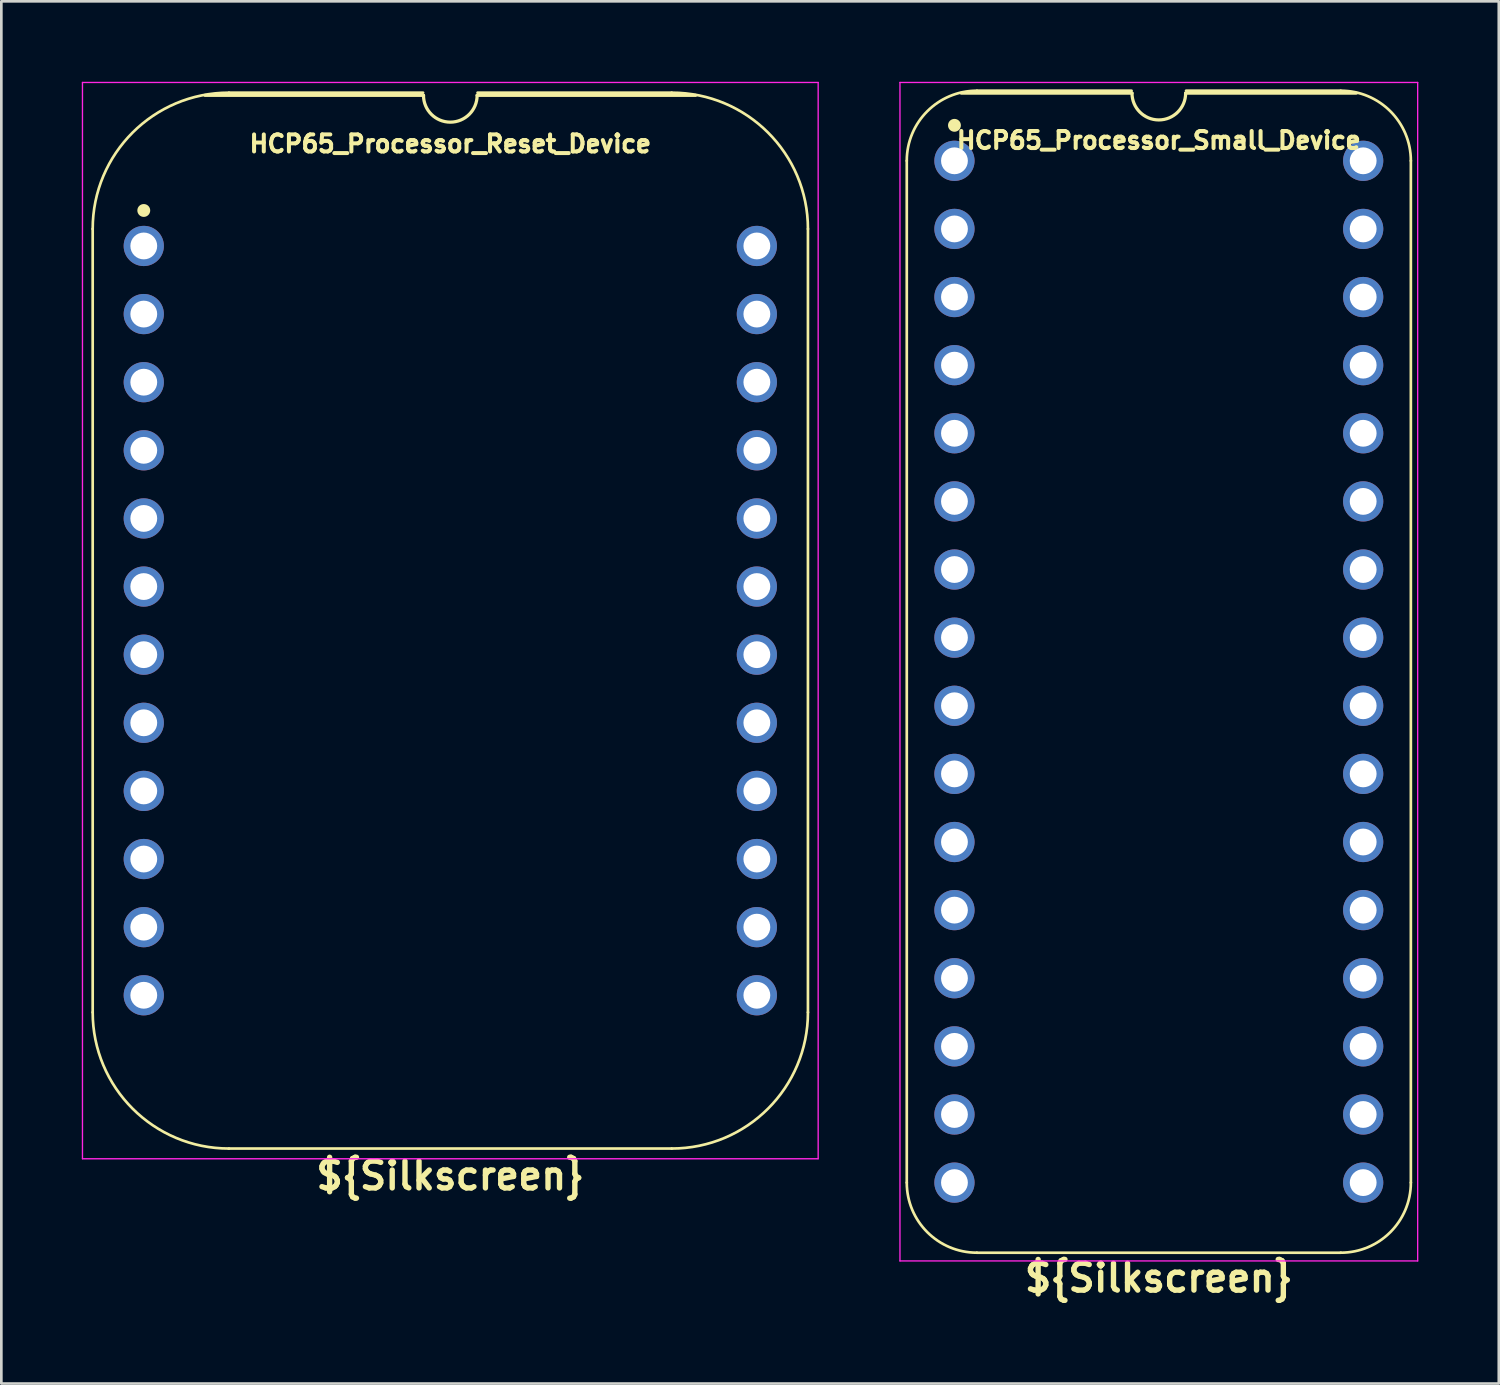
<source format=kicad_pcb>
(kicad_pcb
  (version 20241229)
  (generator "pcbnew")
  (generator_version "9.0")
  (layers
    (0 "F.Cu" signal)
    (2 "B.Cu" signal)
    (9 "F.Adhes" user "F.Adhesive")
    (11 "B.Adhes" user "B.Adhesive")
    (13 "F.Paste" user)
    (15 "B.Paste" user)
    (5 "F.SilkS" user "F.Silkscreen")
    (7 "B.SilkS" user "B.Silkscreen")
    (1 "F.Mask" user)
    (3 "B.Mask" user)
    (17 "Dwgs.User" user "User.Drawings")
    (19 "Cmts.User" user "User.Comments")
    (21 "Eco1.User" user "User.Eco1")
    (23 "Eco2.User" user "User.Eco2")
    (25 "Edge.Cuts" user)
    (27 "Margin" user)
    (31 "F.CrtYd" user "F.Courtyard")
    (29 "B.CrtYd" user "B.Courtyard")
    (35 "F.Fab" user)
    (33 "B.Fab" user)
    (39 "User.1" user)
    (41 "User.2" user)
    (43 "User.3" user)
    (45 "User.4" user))
  (footprint "HCP65_Processor_Reset_Device"
    (layer "F.Cu")
    (at 2.311 6.121)
    (property "Reference" "HCP65_Processor_Reset_Device" (at 11.43 -3.81 0) (layer "F.SilkS") (effects (font (size 0.635 0.635) (thickness 0.15))))
    (property "Silkscreen" "${Silkscreen}" (at 11.43 34.671 0) (layer "F.SilkS") (effects (font (size 1 1) (thickness 0.2))))
    (attr through_hole)
    (fp_line (start -1.905 -0.635) (end -1.905 28.575) (stroke (width 0.1) (type solid)) (layer "F.SilkS"))
    (fp_line (start 10.414 -5.715) (end 3.175 -5.715) (stroke (width 0.1) (type solid)) (layer "F.SilkS"))
    (fp_line (start 10.43 -5.616) (end 2.286 -5.616) (stroke (width 0.12) (type solid)) (layer "F.SilkS"))
    (fp_line (start 19.685 -5.715) (end 12.446 -5.715) (stroke (width 0.1) (type solid)) (layer "F.SilkS"))
    (fp_line (start 19.685 33.655) (end 3.175 33.655) (stroke (width 0.1) (type solid)) (layer "F.SilkS"))
    (fp_line (start 20.574 -5.616) (end 12.43 -5.616) (stroke (width 0.12) (type solid)) (layer "F.SilkS"))
    (fp_line (start 24.765 28.575) (end 24.765 -0.635) (stroke (width 0.1) (type solid)) (layer "F.SilkS"))
    (fp_arc (start -1.905 -0.635) (mid -0.417102 -4.227102) (end 3.175 -5.715) (stroke (width 0.1) (type solid)) (layer "F.SilkS"))
    (fp_arc (start 3.175 33.655) (mid -0.417102 32.167102) (end -1.905 28.575) (stroke (width 0.1) (type solid)) (layer "F.SilkS"))
    (fp_arc (start 12.43 -5.616) (mid 11.43 -4.616) (end 10.43 -5.616) (stroke (width 0.12) (type solid)) (layer "F.SilkS"))
    (fp_arc (start 19.685 -5.715) (mid 23.277102 -4.227102) (end 24.765 -0.635) (stroke (width 0.1) (type solid)) (layer "F.SilkS"))
    (fp_arc (start 24.765 28.575) (mid 23.277102 32.167102) (end 19.685 33.655) (stroke (width 0.1) (type solid)) (layer "F.SilkS"))
    (fp_circle (center 0 -1.323) (end 0.18 -1.323) (stroke (width 0.12) (type solid)) (fill yes) (layer "F.SilkS"))
    (fp_line (start -2.286 -6.096) (end -2.286 34.036) (stroke (width 0.05) (type solid)) (layer "F.CrtYd"))
    (fp_line (start -2.286 -6.096) (end 25.146 -6.096) (stroke (width 0.05) (type solid)) (layer "F.CrtYd"))
    (fp_line (start -2.286 34.036) (end 25.146 34.036) (stroke (width 0.05) (type solid)) (layer "F.CrtYd"))
    (fp_line (start 25.146 34.036) (end 25.146 -6.096) (stroke (width 0.05) (type solid)) (layer "F.CrtYd"))
    (pad "1" thru_hole circle (at 0 0) (size 1.5 1.5) (drill 1) (layers "*.Cu" "*.Mask"))
    (pad "2" thru_hole circle (at 0 2.54) (size 1.5 1.5) (drill 1) (layers "*.Cu" "*.Mask"))
    (pad "3" thru_hole circle (at 0 5.08) (size 1.5 1.5) (drill 1) (layers "*.Cu" "*.Mask"))
    (pad "4" thru_hole circle (at 0 7.62) (size 1.5 1.5) (drill 1) (layers "*.Cu" "*.Mask"))
    (pad "5" thru_hole circle (at 0 10.16) (size 1.5 1.5) (drill 1) (layers "*.Cu" "*.Mask"))
    (pad "6" thru_hole circle (at 0 12.7) (size 1.5 1.5) (drill 1) (layers "*.Cu" "*.Mask"))
    (pad "7" thru_hole circle (at 0 15.24) (size 1.5 1.5) (drill 1) (layers "*.Cu" "*.Mask"))
    (pad "8" thru_hole circle (at 0 17.78) (size 1.5 1.5) (drill 1) (layers "*.Cu" "*.Mask"))
    (pad "9" thru_hole circle (at 0 20.32) (size 1.5 1.5) (drill 1) (layers "*.Cu" "*.Mask"))
    (pad "10" thru_hole circle (at 0 22.86) (size 1.5 1.5) (drill 1) (layers "*.Cu" "*.Mask"))
    (pad "11" thru_hole circle (at 0 25.4) (size 1.5 1.5) (drill 1) (layers "*.Cu" "*.Mask"))
    (pad "12" thru_hole circle (at 0 27.94) (size 1.5 1.5) (drill 1) (layers "*.Cu" "*.Mask"))
    (pad "13" thru_hole circle (at 22.86 27.94) (size 1.5 1.5) (drill 1) (layers "*.Cu" "*.Mask"))
    (pad "14" thru_hole circle (at 22.86 25.4) (size 1.5 1.5) (drill 1) (layers "*.Cu" "*.Mask"))
    (pad "15" thru_hole circle (at 22.86 22.86) (size 1.5 1.5) (drill 1) (layers "*.Cu" "*.Mask"))
    (pad "16" thru_hole circle (at 22.86 20.32) (size 1.5 1.5) (drill 1) (layers "*.Cu" "*.Mask"))
    (pad "17" thru_hole circle (at 22.86 17.78) (size 1.5 1.5) (drill 1) (layers "*.Cu" "*.Mask"))
    (pad "18" thru_hole circle (at 22.86 15.24) (size 1.5 1.5) (drill 1) (layers "*.Cu" "*.Mask"))
    (pad "19" thru_hole circle (at 22.86 12.7) (size 1.5 1.5) (drill 1) (layers "*.Cu" "*.Mask"))
    (pad "20" thru_hole circle (at 22.86 10.16) (size 1.5 1.5) (drill 1) (layers "*.Cu" "*.Mask"))
    (pad "21" thru_hole circle (at 22.86 7.62) (size 1.5 1.5) (drill 1) (layers "*.Cu" "*.Mask"))
    (pad "22" thru_hole circle (at 22.86 5.08) (size 1.5 1.5) (drill 1) (layers "*.Cu" "*.Mask"))
    (pad "23" thru_hole circle (at 22.86 2.54) (size 1.5 1.5) (drill 1) (layers "*.Cu" "*.Mask"))
    (pad "24" thru_hole circle (at 22.86 0) (size 1.5 1.5) (drill 1) (layers "*.Cu" "*.Mask")))
  (footprint "HCP65_Processor_Small_Device"
    (layer "F.Cu")
    (at 32.539 2.946)
    (property "Reference" "HCP65_Processor_Small_Device" (at 7.62 -0.762 0) (layer "F.SilkS") (effects (font (size 0.635 0.635) (thickness 0.15))))
    (property "Silkscreen" "${Silkscreen}" (at 7.62 41.656 0) (layer "F.SilkS") (effects (font (size 1 1) (thickness 0.2))))
    (attr through_hole)
    (fp_line (start -1.778 38.1) (end -1.778 0) (stroke (width 0.1) (type solid)) (layer "F.SilkS"))
    (fp_line (start 0.836 -2.614) (end 6.604 -2.614) (stroke (width 0.1) (type solid)) (layer "F.SilkS"))
    (fp_line (start 6.62 -2.524) (end 0.254 -2.524) (stroke (width 0.12) (type solid)) (layer "F.SilkS"))
    (fp_line (start 8.636 -2.614) (end 14.404 -2.614) (stroke (width 0.1) (type solid)) (layer "F.SilkS"))
    (fp_line (start 14.404 40.714) (end 0.836 40.714) (stroke (width 0.1) (type solid)) (layer "F.SilkS"))
    (fp_line (start 14.986 -2.524) (end 8.62 -2.524) (stroke (width 0.12) (type solid)) (layer "F.SilkS"))
    (fp_line (start 17.018 38.1) (end 17.018 -0.000001) (stroke (width 0.1) (type solid)) (layer "F.SilkS"))
    (fp_arc (start -1.778 0) (mid -1.012456 -1.848188) (end 0.835732 -2.613732) (stroke (width 0.1) (type solid)) (layer "F.SilkS"))
    (fp_arc (start 0.835733 40.713733) (mid -1.012456 39.948189) (end -1.778 38.1) (stroke (width 0.1) (type solid)) (layer "F.SilkS"))
    (fp_arc (start 8.62 -2.524) (mid 7.62 -1.524) (end 6.62 -2.524) (stroke (width 0.12) (type solid)) (layer "F.SilkS"))
    (fp_arc (start 14.404267 -2.613733) (mid 16.252455 -1.848189) (end 17.017999 -0.000001) (stroke (width 0.1) (type solid)) (layer "F.SilkS"))
    (fp_arc (start 17.018 38.1) (mid 16.252455 39.948187) (end 14.404268 40.713732) (stroke (width 0.1) (type solid)) (layer "F.SilkS"))
    (fp_circle (center 0 -1.323) (end 0.18 -1.323) (stroke (width 0.12) (type solid)) (fill yes) (layer "F.SilkS"))
    (fp_line (start -2.032 -2.921) (end -2.032 41.021) (stroke (width 0.05) (type solid)) (layer "F.CrtYd"))
    (fp_line (start -2.032 -2.921) (end 17.272 -2.921) (stroke (width 0.05) (type solid)) (layer "F.CrtYd"))
    (fp_line (start -2.032 41.021) (end 17.272 41.021) (stroke (width 0.05) (type solid)) (layer "F.CrtYd"))
    (fp_line (start 17.272 -2.921) (end 17.272 41.021) (stroke (width 0.05) (type solid)) (layer "F.CrtYd"))
    (pad "1" thru_hole circle (at 0 0) (size 1.5 1.5) (drill 1) (layers "*.Cu" "*.Mask"))
    (pad "2" thru_hole circle (at 0 2.54) (size 1.5 1.5) (drill 1) (layers "*.Cu" "*.Mask"))
    (pad "3" thru_hole circle (at 0 5.08) (size 1.5 1.5) (drill 1) (layers "*.Cu" "*.Mask"))
    (pad "4" thru_hole circle (at 0 7.62) (size 1.5 1.5) (drill 1) (layers "*.Cu" "*.Mask"))
    (pad "5" thru_hole circle (at 0 10.16) (size 1.5 1.5) (drill 1) (layers "*.Cu" "*.Mask"))
    (pad "6" thru_hole circle (at 0 12.7) (size 1.5 1.5) (drill 1) (layers "*.Cu" "*.Mask"))
    (pad "7" thru_hole circle (at 0 15.24) (size 1.5 1.5) (drill 1) (layers "*.Cu" "*.Mask"))
    (pad "8" thru_hole circle (at 0 17.78) (size 1.5 1.5) (drill 1) (layers "*.Cu" "*.Mask"))
    (pad "9" thru_hole circle (at 0 20.32) (size 1.5 1.5) (drill 1) (layers "*.Cu" "*.Mask"))
    (pad "10" thru_hole circle (at 0 22.86) (size 1.5 1.5) (drill 1) (layers "*.Cu" "*.Mask"))
    (pad "11" thru_hole circle (at 0 25.4) (size 1.5 1.5) (drill 1) (layers "*.Cu" "*.Mask"))
    (pad "12" thru_hole circle (at 0 27.94) (size 1.5 1.5) (drill 1) (layers "*.Cu" "*.Mask"))
    (pad "13" thru_hole circle (at 0 30.48) (size 1.5 1.5) (drill 1) (layers "*.Cu" "*.Mask"))
    (pad "14" thru_hole circle (at 0 33.02) (size 1.5 1.5) (drill 1) (layers "*.Cu" "*.Mask"))
    (pad "15" thru_hole circle (at 0 35.56) (size 1.5 1.5) (drill 1) (layers "*.Cu" "*.Mask"))
    (pad "16" thru_hole circle (at 0 38.1) (size 1.5 1.5) (drill 1) (layers "*.Cu" "*.Mask"))
    (pad "17" thru_hole circle (at 15.24 38.1) (size 1.5 1.5) (drill 1) (layers "*.Cu" "*.Mask"))
    (pad "18" thru_hole circle (at 15.24 35.56) (size 1.5 1.5) (drill 1) (layers "*.Cu" "*.Mask"))
    (pad "19" thru_hole circle (at 15.24 33.02) (size 1.5 1.5) (drill 1) (layers "*.Cu" "*.Mask"))
    (pad "20" thru_hole circle (at 15.24 30.48) (size 1.5 1.5) (drill 1) (layers "*.Cu" "*.Mask"))
    (pad "21" thru_hole circle (at 15.24 27.94) (size 1.5 1.5) (drill 1) (layers "*.Cu" "*.Mask"))
    (pad "22" thru_hole circle (at 15.24 25.4) (size 1.5 1.5) (drill 1) (layers "*.Cu" "*.Mask"))
    (pad "23" thru_hole circle (at 15.24 22.86) (size 1.5 1.5) (drill 1) (layers "*.Cu" "*.Mask"))
    (pad "24" thru_hole circle (at 15.24 20.32) (size 1.5 1.5) (drill 1) (layers "*.Cu" "*.Mask"))
    (pad "25" thru_hole circle (at 15.24 17.78) (size 1.5 1.5) (drill 1) (layers "*.Cu" "*.Mask"))
    (pad "26" thru_hole circle (at 15.24 15.24) (size 1.5 1.5) (drill 1) (layers "*.Cu" "*.Mask"))
    (pad "27" thru_hole circle (at 15.24 12.7) (size 1.5 1.5) (drill 1) (layers "*.Cu" "*.Mask"))
    (pad "28" thru_hole circle (at 15.24 10.16) (size 1.5 1.5) (drill 1) (layers "*.Cu" "*.Mask"))
    (pad "29" thru_hole circle (at 15.24 7.62) (size 1.5 1.5) (drill 1) (layers "*.Cu" "*.Mask"))
    (pad "30" thru_hole circle (at 15.24 5.08) (size 1.5 1.5) (drill 1) (layers "*.Cu" "*.Mask"))
    (pad "31" thru_hole circle (at 15.24 2.54) (size 1.5 1.5) (drill 1) (layers "*.Cu" "*.Mask"))
    (pad "32" thru_hole circle (at 15.24 0) (size 1.5 1.5) (drill 1) (layers "*.Cu" "*.Mask")))
  (gr_rect
    (start -3 -3)
    (end 52.836 48.538)
    (stroke (width 0.1) (type default))
    (fill no)
    (layer "Edge.Cuts")))
</source>
